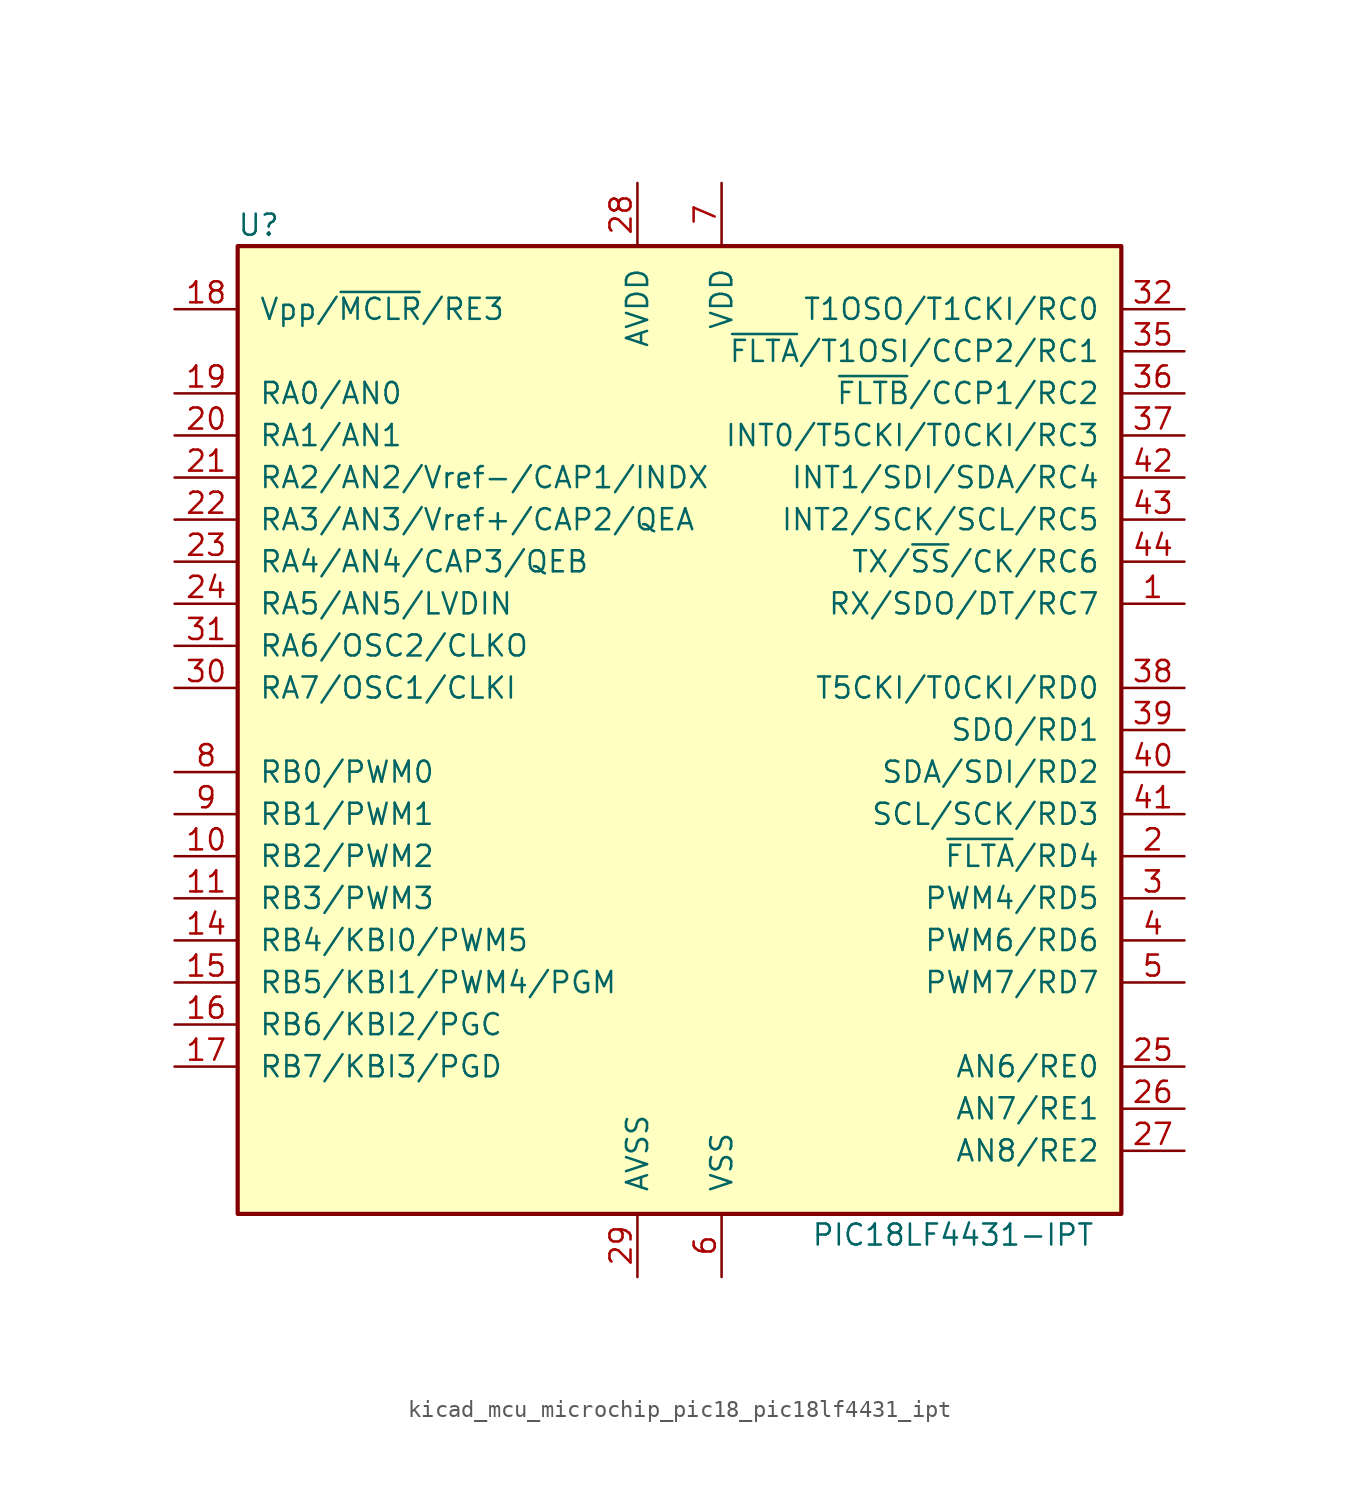
<source format=kicad_sym>
(kicad_symbol_lib
  (version 20220914)
  (generator kicad_symbol_editor)
  (symbol "kicad_mcu_microchip_pic18_pic18lf4431_ipt"
    (pin_names
      (offset 1.27))
    (property "Reference" "U"
      (at -25.4 30.48 0)
      (effects (font (size 1.27 1.27))))
    (property "Value" "PIC18LF4431-IPT"
      (at 16.51 -30.48 0)
      (effects (font (size 1.27 1.27))))
    (symbol "kicad_mcu_microchip_pic18_pic18lf4431_ipt_0_1"
      (rectangle (start -26.67 29.21) (end 26.67 -29.21) (stroke (width 0.254) (type default)) (fill (type background))))
    (symbol "kicad_mcu_microchip_pic18_pic18lf4431_ipt_1_1"
      (pin bidirectional line (at 30.48 7.62 180) (length 3.81) (name "RX/SDO/DT/RC7" (effects (font (size 1.27 1.27)))) (number "1" (effects (font (size 1.27 1.27)))))
      (pin bidirectional line (at -30.48 -7.62 0) (length 3.81) (name "RB2/PWM2" (effects (font (size 1.27 1.27)))) (number "10" (effects (font (size 1.27 1.27)))))
      (pin bidirectional line (at -30.48 -10.16 0) (length 3.81) (name "RB3/PWM3" (effects (font (size 1.27 1.27)))) (number "11" (effects (font (size 1.27 1.27)))))
      (pin no_connect line (at -15.24 -29.21 90) (length 3.81) hide (name "NC" (effects (font (size 1.27 1.27)))) (number "12" (effects (font (size 1.27 1.27)))))
      (pin no_connect line (at -12.7 -29.21 90) (length 3.81) hide (name "NC" (effects (font (size 1.27 1.27)))) (number "13" (effects (font (size 1.27 1.27)))))
      (pin bidirectional line (at -30.48 -12.7 0) (length 3.81) (name "RB4/KBI0/PWM5" (effects (font (size 1.27 1.27)))) (number "14" (effects (font (size 1.27 1.27)))))
      (pin bidirectional line (at -30.48 -15.24 0) (length 3.81) (name "RB5/KBI1/PWM4/PGM" (effects (font (size 1.27 1.27)))) (number "15" (effects (font (size 1.27 1.27)))))
      (pin bidirectional line (at -30.48 -17.78 0) (length 3.81) (name "RB6/KBI2/PGC" (effects (font (size 1.27 1.27)))) (number "16" (effects (font (size 1.27 1.27)))))
      (pin bidirectional line (at -30.48 -20.32 0) (length 3.81) (name "RB7/KBI3/PGD" (effects (font (size 1.27 1.27)))) (number "17" (effects (font (size 1.27 1.27)))))
      (pin input line (at -30.48 25.4 0) (length 3.81) (name "Vpp/~{MCLR}/RE3" (effects (font (size 1.27 1.27)))) (number "18" (effects (font (size 1.27 1.27)))))
      (pin bidirectional line (at -30.48 20.32 0) (length 3.81) (name "RA0/AN0" (effects (font (size 1.27 1.27)))) (number "19" (effects (font (size 1.27 1.27)))))
      (pin bidirectional line (at 30.48 -7.62 180) (length 3.81) (name "~{FLTA}/RD4" (effects (font (size 1.27 1.27)))) (number "2" (effects (font (size 1.27 1.27)))))
      (pin bidirectional line (at -30.48 17.78 0) (length 3.81) (name "RA1/AN1" (effects (font (size 1.27 1.27)))) (number "20" (effects (font (size 1.27 1.27)))))
      (pin bidirectional line (at -30.48 15.24 0) (length 3.81) (name "RA2/AN2/Vref-/CAP1/INDX" (effects (font (size 1.27 1.27)))) (number "21" (effects (font (size 1.27 1.27)))))
      (pin bidirectional line (at -30.48 12.7 0) (length 3.81) (name "RA3/AN3/Vref+/CAP2/QEA" (effects (font (size 1.27 1.27)))) (number "22" (effects (font (size 1.27 1.27)))))
      (pin bidirectional line (at -30.48 10.16 0) (length 3.81) (name "RA4/AN4/CAP3/QEB" (effects (font (size 1.27 1.27)))) (number "23" (effects (font (size 1.27 1.27)))))
      (pin bidirectional line (at -30.48 7.62 0) (length 3.81) (name "RA5/AN5/LVDIN" (effects (font (size 1.27 1.27)))) (number "24" (effects (font (size 1.27 1.27)))))
      (pin bidirectional line (at 30.48 -20.32 180) (length 3.81) (name "AN6/RE0" (effects (font (size 1.27 1.27)))) (number "25" (effects (font (size 1.27 1.27)))))
      (pin bidirectional line (at 30.48 -22.86 180) (length 3.81) (name "AN7/RE1" (effects (font (size 1.27 1.27)))) (number "26" (effects (font (size 1.27 1.27)))))
      (pin bidirectional line (at 30.48 -25.4 180) (length 3.81) (name "AN8/RE2" (effects (font (size 1.27 1.27)))) (number "27" (effects (font (size 1.27 1.27)))))
      (pin power_in line (at -2.54 33.02 270) (length 3.81) (name "AVDD" (effects (font (size 1.27 1.27)))) (number "28" (effects (font (size 1.27 1.27)))))
      (pin power_in line (at -2.54 -33.02 90) (length 3.81) (name "AVSS" (effects (font (size 1.27 1.27)))) (number "29" (effects (font (size 1.27 1.27)))))
      (pin bidirectional line (at 30.48 -10.16 180) (length 3.81) (name "PWM4/RD5" (effects (font (size 1.27 1.27)))) (number "3" (effects (font (size 1.27 1.27)))))
      (pin bidirectional line (at -30.48 2.54 0) (length 3.81) (name "RA7/OSC1/CLKI" (effects (font (size 1.27 1.27)))) (number "30" (effects (font (size 1.27 1.27)))))
      (pin bidirectional line (at -30.48 5.08 0) (length 3.81) (name "RA6/OSC2/CLKO" (effects (font (size 1.27 1.27)))) (number "31" (effects (font (size 1.27 1.27)))))
      (pin bidirectional line (at 30.48 25.4 180) (length 3.81) (name "T1OSO/T1CKI/RC0" (effects (font (size 1.27 1.27)))) (number "32" (effects (font (size 1.27 1.27)))))
      (pin no_connect line (at -10.16 -29.21 90) (length 3.81) hide (name "NC" (effects (font (size 1.27 1.27)))) (number "33" (effects (font (size 1.27 1.27)))))
      (pin no_connect line (at -7.62 -29.21 90) (length 3.81) hide (name "NC" (effects (font (size 1.27 1.27)))) (number "34" (effects (font (size 1.27 1.27)))))
      (pin bidirectional line (at 30.48 22.86 180) (length 3.81) (name "~{FLTA}/T1OSI/CCP2/RC1" (effects (font (size 1.27 1.27)))) (number "35" (effects (font (size 1.27 1.27)))))
      (pin bidirectional line (at 30.48 20.32 180) (length 3.81) (name "~{FLTB}/CCP1/RC2" (effects (font (size 1.27 1.27)))) (number "36" (effects (font (size 1.27 1.27)))))
      (pin bidirectional line (at 30.48 17.78 180) (length 3.81) (name "INT0/T5CKI/T0CKI/RC3" (effects (font (size 1.27 1.27)))) (number "37" (effects (font (size 1.27 1.27)))))
      (pin bidirectional line (at 30.48 2.54 180) (length 3.81) (name "T5CKI/T0CKI/RD0" (effects (font (size 1.27 1.27)))) (number "38" (effects (font (size 1.27 1.27)))))
      (pin bidirectional line (at 30.48 0 180) (length 3.81) (name "SDO/RD1" (effects (font (size 1.27 1.27)))) (number "39" (effects (font (size 1.27 1.27)))))
      (pin bidirectional line (at 30.48 -12.7 180) (length 3.81) (name "PWM6/RD6" (effects (font (size 1.27 1.27)))) (number "4" (effects (font (size 1.27 1.27)))))
      (pin bidirectional line (at 30.48 -2.54 180) (length 3.81) (name "SDA/SDI/RD2" (effects (font (size 1.27 1.27)))) (number "40" (effects (font (size 1.27 1.27)))))
      (pin bidirectional line (at 30.48 -5.08 180) (length 3.81) (name "SCL/SCK/RD3" (effects (font (size 1.27 1.27)))) (number "41" (effects (font (size 1.27 1.27)))))
      (pin bidirectional line (at 30.48 15.24 180) (length 3.81) (name "INT1/SDI/SDA/RC4" (effects (font (size 1.27 1.27)))) (number "42" (effects (font (size 1.27 1.27)))))
      (pin bidirectional line (at 30.48 12.7 180) (length 3.81) (name "INT2/SCK/SCL/RC5" (effects (font (size 1.27 1.27)))) (number "43" (effects (font (size 1.27 1.27)))))
      (pin bidirectional line (at 30.48 10.16 180) (length 3.81) (name "TX/~{SS}/CK/RC6" (effects (font (size 1.27 1.27)))) (number "44" (effects (font (size 1.27 1.27)))))
      (pin bidirectional line (at 30.48 -15.24 180) (length 3.81) (name "PWM7/RD7" (effects (font (size 1.27 1.27)))) (number "5" (effects (font (size 1.27 1.27)))))
      (pin power_in line (at 2.54 -33.02 90) (length 3.81) (name "VSS" (effects (font (size 1.27 1.27)))) (number "6" (effects (font (size 1.27 1.27)))))
      (pin power_in line (at 2.54 33.02 270) (length 3.81) (name "VDD" (effects (font (size 1.27 1.27)))) (number "7" (effects (font (size 1.27 1.27)))))
      (pin bidirectional line (at -30.48 -2.54 0) (length 3.81) (name "RB0/PWM0" (effects (font (size 1.27 1.27)))) (number "8" (effects (font (size 1.27 1.27)))))
      (pin bidirectional line (at -30.48 -5.08 0) (length 3.81) (name "RB1/PWM1" (effects (font (size 1.27 1.27)))) (number "9" (effects (font (size 1.27 1.27))))))))
</source>
